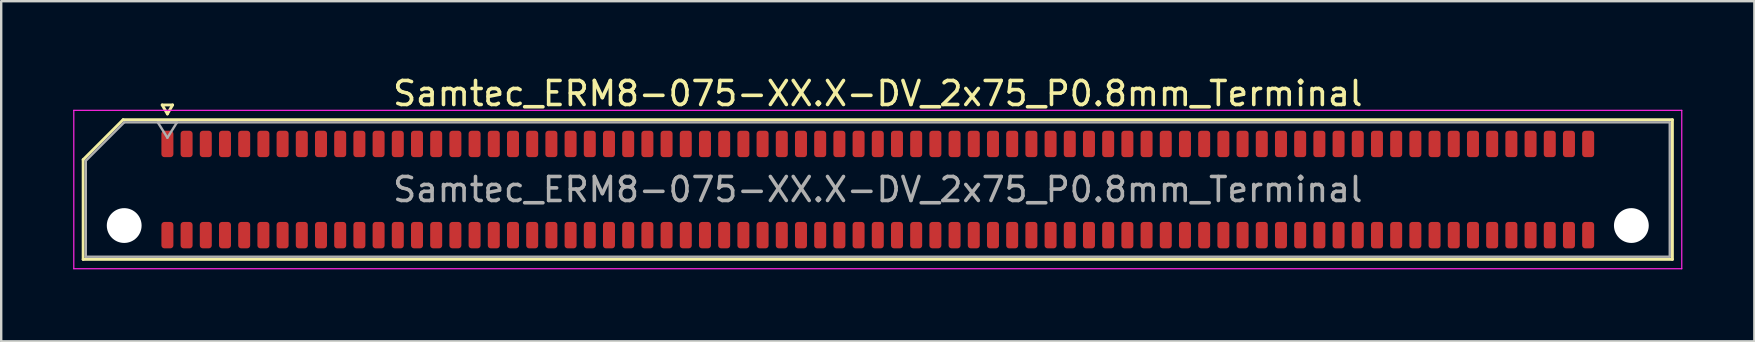
<source format=kicad_pcb>
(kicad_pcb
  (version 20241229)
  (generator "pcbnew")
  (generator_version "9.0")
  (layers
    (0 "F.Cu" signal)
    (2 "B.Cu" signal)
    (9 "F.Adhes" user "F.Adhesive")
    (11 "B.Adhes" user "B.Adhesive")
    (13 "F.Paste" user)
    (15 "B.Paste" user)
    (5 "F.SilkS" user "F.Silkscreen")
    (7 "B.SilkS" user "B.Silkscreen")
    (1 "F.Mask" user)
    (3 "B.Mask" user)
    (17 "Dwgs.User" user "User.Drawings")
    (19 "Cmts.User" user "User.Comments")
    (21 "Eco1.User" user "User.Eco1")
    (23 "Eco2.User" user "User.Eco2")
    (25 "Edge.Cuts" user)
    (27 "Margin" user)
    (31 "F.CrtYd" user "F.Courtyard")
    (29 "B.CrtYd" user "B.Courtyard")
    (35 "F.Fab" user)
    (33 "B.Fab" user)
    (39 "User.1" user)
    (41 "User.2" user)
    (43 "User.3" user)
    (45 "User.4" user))
  (footprint "Samtec_ERM8-075-XX.X-DV_2x75_P0.8mm_Terminal"
    (layer "F.Cu")
    (at 33.525 4.848)
    (property "Reference" "Samtec_ERM8-075-XX.X-DV_2x75_P0.8mm_Terminal" (at 0 -4 0) (layer "F.SilkS") (effects (font (size 1 1) (thickness 0.15))))
    (attr smd)
    (fp_line (start -33.11 -1.246) (end -31.446 -2.91) (stroke (width 0.12) (type solid)) (layer "F.SilkS"))
    (fp_line (start -33.11 2.91) (end -33.11 -1.246) (stroke (width 0.12) (type solid)) (layer "F.SilkS"))
    (fp_line (start -31.446 -2.91) (end 33.11 -2.91) (stroke (width 0.12) (type solid)) (layer "F.SilkS"))
    (fp_line (start -29.817 -3.525) (end -29.6 -3.15) (stroke (width 0.12) (type solid)) (layer "F.SilkS"))
    (fp_line (start -29.6 -3.15) (end -29.383 -3.525) (stroke (width 0.12) (type solid)) (layer "F.SilkS"))
    (fp_line (start -29.383 -3.525) (end -29.817 -3.525) (stroke (width 0.12) (type solid)) (layer "F.SilkS"))
    (fp_line (start 33.11 -2.91) (end 33.11 2.91) (stroke (width 0.12) (type solid)) (layer "F.SilkS"))
    (fp_line (start 33.11 2.91) (end -33.11 2.91) (stroke (width 0.12) (type solid)) (layer "F.SilkS"))
    (fp_line (start -33.5 -3.3) (end -33.5 3.3) (stroke (width 0.05) (type solid)) (layer "F.CrtYd"))
    (fp_line (start -33.5 3.3) (end 33.5 3.3) (stroke (width 0.05) (type solid)) (layer "F.CrtYd"))
    (fp_line (start 33.5 -3.3) (end -33.5 -3.3) (stroke (width 0.05) (type solid)) (layer "F.CrtYd"))
    (fp_line (start 33.5 3.3) (end 33.5 -3.3) (stroke (width 0.05) (type solid)) (layer "F.CrtYd"))
    (fp_line (start -33 -1.2) (end -31.4 -2.8) (stroke (width 0.1) (type solid)) (layer "F.Fab"))
    (fp_line (start -33 2.8) (end -33 -1.2) (stroke (width 0.1) (type solid)) (layer "F.Fab"))
    (fp_line (start -31.4 -2.8) (end 33 -2.8) (stroke (width 0.1) (type solid)) (layer "F.Fab"))
    (fp_line (start -30 -2.8) (end -29.6 -2.16) (stroke (width 0.1) (type solid)) (layer "F.Fab"))
    (fp_line (start -29.6 -2.16) (end -29.2 -2.8) (stroke (width 0.1) (type solid)) (layer "F.Fab"))
    (fp_line (start -29.2 -2.8) (end -30 -2.8) (stroke (width 0.1) (type solid)) (layer "F.Fab"))
    (fp_line (start 33 -2.8) (end 33 2.8) (stroke (width 0.1) (type solid)) (layer "F.Fab"))
    (fp_line (start 33 2.8) (end -33 2.8) (stroke (width 0.1) (type solid)) (layer "F.Fab"))
    (fp_text user "${REFERENCE}" (at 0 0 0) (layer "F.Fab") (effects (font (size 1 1) (thickness 0.15))))
    (pad "" np_thru_hole circle (at -31.4 1.5) (size 1.45 1.45) (drill 1.45) (layers "*.Cu" "*.Mask"))
    (pad "" np_thru_hole circle (at 31.4 1.5) (size 1.45 1.45) (drill 1.45) (layers "*.Cu" "*.Mask"))
    (pad "1" smd roundrect (at -29.6 -1.9) (size 0.5 1.1) (layers "F.Cu" "F.Mask" "F.Paste") (roundrect_rratio 0.25))
    (pad "2" smd roundrect (at -29.6 1.9) (size 0.5 1.1) (layers "F.Cu" "F.Mask" "F.Paste") (roundrect_rratio 0.25))
    (pad "3" smd roundrect (at -28.8 -1.9) (size 0.5 1.1) (layers "F.Cu" "F.Mask" "F.Paste") (roundrect_rratio 0.25))
    (pad "4" smd roundrect (at -28.8 1.9) (size 0.5 1.1) (layers "F.Cu" "F.Mask" "F.Paste") (roundrect_rratio 0.25))
    (pad "5" smd roundrect (at -28 -1.9) (size 0.5 1.1) (layers "F.Cu" "F.Mask" "F.Paste") (roundrect_rratio 0.25))
    (pad "6" smd roundrect (at -28 1.9) (size 0.5 1.1) (layers "F.Cu" "F.Mask" "F.Paste") (roundrect_rratio 0.25))
    (pad "7" smd roundrect (at -27.2 -1.9) (size 0.5 1.1) (layers "F.Cu" "F.Mask" "F.Paste") (roundrect_rratio 0.25))
    (pad "8" smd roundrect (at -27.2 1.9) (size 0.5 1.1) (layers "F.Cu" "F.Mask" "F.Paste") (roundrect_rratio 0.25))
    (pad "9" smd roundrect (at -26.4 -1.9) (size 0.5 1.1) (layers "F.Cu" "F.Mask" "F.Paste") (roundrect_rratio 0.25))
    (pad "10" smd roundrect (at -26.4 1.9) (size 0.5 1.1) (layers "F.Cu" "F.Mask" "F.Paste") (roundrect_rratio 0.25))
    (pad "11" smd roundrect (at -25.6 -1.9) (size 0.5 1.1) (layers "F.Cu" "F.Mask" "F.Paste") (roundrect_rratio 0.25))
    (pad "12" smd roundrect (at -25.6 1.9) (size 0.5 1.1) (layers "F.Cu" "F.Mask" "F.Paste") (roundrect_rratio 0.25))
    (pad "13" smd roundrect (at -24.8 -1.9) (size 0.5 1.1) (layers "F.Cu" "F.Mask" "F.Paste") (roundrect_rratio 0.25))
    (pad "14" smd roundrect (at -24.8 1.9) (size 0.5 1.1) (layers "F.Cu" "F.Mask" "F.Paste") (roundrect_rratio 0.25))
    (pad "15" smd roundrect (at -24 -1.9) (size 0.5 1.1) (layers "F.Cu" "F.Mask" "F.Paste") (roundrect_rratio 0.25))
    (pad "16" smd roundrect (at -24 1.9) (size 0.5 1.1) (layers "F.Cu" "F.Mask" "F.Paste") (roundrect_rratio 0.25))
    (pad "17" smd roundrect (at -23.2 -1.9) (size 0.5 1.1) (layers "F.Cu" "F.Mask" "F.Paste") (roundrect_rratio 0.25))
    (pad "18" smd roundrect (at -23.2 1.9) (size 0.5 1.1) (layers "F.Cu" "F.Mask" "F.Paste") (roundrect_rratio 0.25))
    (pad "19" smd roundrect (at -22.4 -1.9) (size 0.5 1.1) (layers "F.Cu" "F.Mask" "F.Paste") (roundrect_rratio 0.25))
    (pad "20" smd roundrect (at -22.4 1.9) (size 0.5 1.1) (layers "F.Cu" "F.Mask" "F.Paste") (roundrect_rratio 0.25))
    (pad "21" smd roundrect (at -21.6 -1.9) (size 0.5 1.1) (layers "F.Cu" "F.Mask" "F.Paste") (roundrect_rratio 0.25))
    (pad "22" smd roundrect (at -21.6 1.9) (size 0.5 1.1) (layers "F.Cu" "F.Mask" "F.Paste") (roundrect_rratio 0.25))
    (pad "23" smd roundrect (at -20.8 -1.9) (size 0.5 1.1) (layers "F.Cu" "F.Mask" "F.Paste") (roundrect_rratio 0.25))
    (pad "24" smd roundrect (at -20.8 1.9) (size 0.5 1.1) (layers "F.Cu" "F.Mask" "F.Paste") (roundrect_rratio 0.25))
    (pad "25" smd roundrect (at -20 -1.9) (size 0.5 1.1) (layers "F.Cu" "F.Mask" "F.Paste") (roundrect_rratio 0.25))
    (pad "26" smd roundrect (at -20 1.9) (size 0.5 1.1) (layers "F.Cu" "F.Mask" "F.Paste") (roundrect_rratio 0.25))
    (pad "27" smd roundrect (at -19.2 -1.9) (size 0.5 1.1) (layers "F.Cu" "F.Mask" "F.Paste") (roundrect_rratio 0.25))
    (pad "28" smd roundrect (at -19.2 1.9) (size 0.5 1.1) (layers "F.Cu" "F.Mask" "F.Paste") (roundrect_rratio 0.25))
    (pad "29" smd roundrect (at -18.4 -1.9) (size 0.5 1.1) (layers "F.Cu" "F.Mask" "F.Paste") (roundrect_rratio 0.25))
    (pad "30" smd roundrect (at -18.4 1.9) (size 0.5 1.1) (layers "F.Cu" "F.Mask" "F.Paste") (roundrect_rratio 0.25))
    (pad "31" smd roundrect (at -17.6 -1.9) (size 0.5 1.1) (layers "F.Cu" "F.Mask" "F.Paste") (roundrect_rratio 0.25))
    (pad "32" smd roundrect (at -17.6 1.9) (size 0.5 1.1) (layers "F.Cu" "F.Mask" "F.Paste") (roundrect_rratio 0.25))
    (pad "33" smd roundrect (at -16.8 -1.9) (size 0.5 1.1) (layers "F.Cu" "F.Mask" "F.Paste") (roundrect_rratio 0.25))
    (pad "34" smd roundrect (at -16.8 1.9) (size 0.5 1.1) (layers "F.Cu" "F.Mask" "F.Paste") (roundrect_rratio 0.25))
    (pad "35" smd roundrect (at -16 -1.9) (size 0.5 1.1) (layers "F.Cu" "F.Mask" "F.Paste") (roundrect_rratio 0.25))
    (pad "36" smd roundrect (at -16 1.9) (size 0.5 1.1) (layers "F.Cu" "F.Mask" "F.Paste") (roundrect_rratio 0.25))
    (pad "37" smd roundrect (at -15.2 -1.9) (size 0.5 1.1) (layers "F.Cu" "F.Mask" "F.Paste") (roundrect_rratio 0.25))
    (pad "38" smd roundrect (at -15.2 1.9) (size 0.5 1.1) (layers "F.Cu" "F.Mask" "F.Paste") (roundrect_rratio 0.25))
    (pad "39" smd roundrect (at -14.4 -1.9) (size 0.5 1.1) (layers "F.Cu" "F.Mask" "F.Paste") (roundrect_rratio 0.25))
    (pad "40" smd roundrect (at -14.4 1.9) (size 0.5 1.1) (layers "F.Cu" "F.Mask" "F.Paste") (roundrect_rratio 0.25))
    (pad "41" smd roundrect (at -13.6 -1.9) (size 0.5 1.1) (layers "F.Cu" "F.Mask" "F.Paste") (roundrect_rratio 0.25))
    (pad "42" smd roundrect (at -13.6 1.9) (size 0.5 1.1) (layers "F.Cu" "F.Mask" "F.Paste") (roundrect_rratio 0.25))
    (pad "43" smd roundrect (at -12.8 -1.9) (size 0.5 1.1) (layers "F.Cu" "F.Mask" "F.Paste") (roundrect_rratio 0.25))
    (pad "44" smd roundrect (at -12.8 1.9) (size 0.5 1.1) (layers "F.Cu" "F.Mask" "F.Paste") (roundrect_rratio 0.25))
    (pad "45" smd roundrect (at -12 -1.9) (size 0.5 1.1) (layers "F.Cu" "F.Mask" "F.Paste") (roundrect_rratio 0.25))
    (pad "46" smd roundrect (at -12 1.9) (size 0.5 1.1) (layers "F.Cu" "F.Mask" "F.Paste") (roundrect_rratio 0.25))
    (pad "47" smd roundrect (at -11.2 -1.9) (size 0.5 1.1) (layers "F.Cu" "F.Mask" "F.Paste") (roundrect_rratio 0.25))
    (pad "48" smd roundrect (at -11.2 1.9) (size 0.5 1.1) (layers "F.Cu" "F.Mask" "F.Paste") (roundrect_rratio 0.25))
    (pad "49" smd roundrect (at -10.4 -1.9) (size 0.5 1.1) (layers "F.Cu" "F.Mask" "F.Paste") (roundrect_rratio 0.25))
    (pad "50" smd roundrect (at -10.4 1.9) (size 0.5 1.1) (layers "F.Cu" "F.Mask" "F.Paste") (roundrect_rratio 0.25))
    (pad "51" smd roundrect (at -9.6 -1.9) (size 0.5 1.1) (layers "F.Cu" "F.Mask" "F.Paste") (roundrect_rratio 0.25))
    (pad "52" smd roundrect (at -9.6 1.9) (size 0.5 1.1) (layers "F.Cu" "F.Mask" "F.Paste") (roundrect_rratio 0.25))
    (pad "53" smd roundrect (at -8.8 -1.9) (size 0.5 1.1) (layers "F.Cu" "F.Mask" "F.Paste") (roundrect_rratio 0.25))
    (pad "54" smd roundrect (at -8.8 1.9) (size 0.5 1.1) (layers "F.Cu" "F.Mask" "F.Paste") (roundrect_rratio 0.25))
    (pad "55" smd roundrect (at -8 -1.9) (size 0.5 1.1) (layers "F.Cu" "F.Mask" "F.Paste") (roundrect_rratio 0.25))
    (pad "56" smd roundrect (at -8 1.9) (size 0.5 1.1) (layers "F.Cu" "F.Mask" "F.Paste") (roundrect_rratio 0.25))
    (pad "57" smd roundrect (at -7.2 -1.9) (size 0.5 1.1) (layers "F.Cu" "F.Mask" "F.Paste") (roundrect_rratio 0.25))
    (pad "58" smd roundrect (at -7.2 1.9) (size 0.5 1.1) (layers "F.Cu" "F.Mask" "F.Paste") (roundrect_rratio 0.25))
    (pad "59" smd roundrect (at -6.4 -1.9) (size 0.5 1.1) (layers "F.Cu" "F.Mask" "F.Paste") (roundrect_rratio 0.25))
    (pad "60" smd roundrect (at -6.4 1.9) (size 0.5 1.1) (layers "F.Cu" "F.Mask" "F.Paste") (roundrect_rratio 0.25))
    (pad "61" smd roundrect (at -5.6 -1.9) (size 0.5 1.1) (layers "F.Cu" "F.Mask" "F.Paste") (roundrect_rratio 0.25))
    (pad "62" smd roundrect (at -5.6 1.9) (size 0.5 1.1) (layers "F.Cu" "F.Mask" "F.Paste") (roundrect_rratio 0.25))
    (pad "63" smd roundrect (at -4.8 -1.9) (size 0.5 1.1) (layers "F.Cu" "F.Mask" "F.Paste") (roundrect_rratio 0.25))
    (pad "64" smd roundrect (at -4.8 1.9) (size 0.5 1.1) (layers "F.Cu" "F.Mask" "F.Paste") (roundrect_rratio 0.25))
    (pad "65" smd roundrect (at -4 -1.9) (size 0.5 1.1) (layers "F.Cu" "F.Mask" "F.Paste") (roundrect_rratio 0.25))
    (pad "66" smd roundrect (at -4 1.9) (size 0.5 1.1) (layers "F.Cu" "F.Mask" "F.Paste") (roundrect_rratio 0.25))
    (pad "67" smd roundrect (at -3.2 -1.9) (size 0.5 1.1) (layers "F.Cu" "F.Mask" "F.Paste") (roundrect_rratio 0.25))
    (pad "68" smd roundrect (at -3.2 1.9) (size 0.5 1.1) (layers "F.Cu" "F.Mask" "F.Paste") (roundrect_rratio 0.25))
    (pad "69" smd roundrect (at -2.4 -1.9) (size 0.5 1.1) (layers "F.Cu" "F.Mask" "F.Paste") (roundrect_rratio 0.25))
    (pad "70" smd roundrect (at -2.4 1.9) (size 0.5 1.1) (layers "F.Cu" "F.Mask" "F.Paste") (roundrect_rratio 0.25))
    (pad "71" smd roundrect (at -1.6 -1.9) (size 0.5 1.1) (layers "F.Cu" "F.Mask" "F.Paste") (roundrect_rratio 0.25))
    (pad "72" smd roundrect (at -1.6 1.9) (size 0.5 1.1) (layers "F.Cu" "F.Mask" "F.Paste") (roundrect_rratio 0.25))
    (pad "73" smd roundrect (at -0.8 -1.9) (size 0.5 1.1) (layers "F.Cu" "F.Mask" "F.Paste") (roundrect_rratio 0.25))
    (pad "74" smd roundrect (at -0.8 1.9) (size 0.5 1.1) (layers "F.Cu" "F.Mask" "F.Paste") (roundrect_rratio 0.25))
    (pad "75" smd roundrect (at 0 -1.9) (size 0.5 1.1) (layers "F.Cu" "F.Mask" "F.Paste") (roundrect_rratio 0.25))
    (pad "76" smd roundrect (at 0 1.9) (size 0.5 1.1) (layers "F.Cu" "F.Mask" "F.Paste") (roundrect_rratio 0.25))
    (pad "77" smd roundrect (at 0.8 -1.9) (size 0.5 1.1) (layers "F.Cu" "F.Mask" "F.Paste") (roundrect_rratio 0.25))
    (pad "78" smd roundrect (at 0.8 1.9) (size 0.5 1.1) (layers "F.Cu" "F.Mask" "F.Paste") (roundrect_rratio 0.25))
    (pad "79" smd roundrect (at 1.6 -1.9) (size 0.5 1.1) (layers "F.Cu" "F.Mask" "F.Paste") (roundrect_rratio 0.25))
    (pad "80" smd roundrect (at 1.6 1.9) (size 0.5 1.1) (layers "F.Cu" "F.Mask" "F.Paste") (roundrect_rratio 0.25))
    (pad "81" smd roundrect (at 2.4 -1.9) (size 0.5 1.1) (layers "F.Cu" "F.Mask" "F.Paste") (roundrect_rratio 0.25))
    (pad "82" smd roundrect (at 2.4 1.9) (size 0.5 1.1) (layers "F.Cu" "F.Mask" "F.Paste") (roundrect_rratio 0.25))
    (pad "83" smd roundrect (at 3.2 -1.9) (size 0.5 1.1) (layers "F.Cu" "F.Mask" "F.Paste") (roundrect_rratio 0.25))
    (pad "84" smd roundrect (at 3.2 1.9) (size 0.5 1.1) (layers "F.Cu" "F.Mask" "F.Paste") (roundrect_rratio 0.25))
    (pad "85" smd roundrect (at 4 -1.9) (size 0.5 1.1) (layers "F.Cu" "F.Mask" "F.Paste") (roundrect_rratio 0.25))
    (pad "86" smd roundrect (at 4 1.9) (size 0.5 1.1) (layers "F.Cu" "F.Mask" "F.Paste") (roundrect_rratio 0.25))
    (pad "87" smd roundrect (at 4.8 -1.9) (size 0.5 1.1) (layers "F.Cu" "F.Mask" "F.Paste") (roundrect_rratio 0.25))
    (pad "88" smd roundrect (at 4.8 1.9) (size 0.5 1.1) (layers "F.Cu" "F.Mask" "F.Paste") (roundrect_rratio 0.25))
    (pad "89" smd roundrect (at 5.6 -1.9) (size 0.5 1.1) (layers "F.Cu" "F.Mask" "F.Paste") (roundrect_rratio 0.25))
    (pad "90" smd roundrect (at 5.6 1.9) (size 0.5 1.1) (layers "F.Cu" "F.Mask" "F.Paste") (roundrect_rratio 0.25))
    (pad "91" smd roundrect (at 6.4 -1.9) (size 0.5 1.1) (layers "F.Cu" "F.Mask" "F.Paste") (roundrect_rratio 0.25))
    (pad "92" smd roundrect (at 6.4 1.9) (size 0.5 1.1) (layers "F.Cu" "F.Mask" "F.Paste") (roundrect_rratio 0.25))
    (pad "93" smd roundrect (at 7.2 -1.9) (size 0.5 1.1) (layers "F.Cu" "F.Mask" "F.Paste") (roundrect_rratio 0.25))
    (pad "94" smd roundrect (at 7.2 1.9) (size 0.5 1.1) (layers "F.Cu" "F.Mask" "F.Paste") (roundrect_rratio 0.25))
    (pad "95" smd roundrect (at 8 -1.9) (size 0.5 1.1) (layers "F.Cu" "F.Mask" "F.Paste") (roundrect_rratio 0.25))
    (pad "96" smd roundrect (at 8 1.9) (size 0.5 1.1) (layers "F.Cu" "F.Mask" "F.Paste") (roundrect_rratio 0.25))
    (pad "97" smd roundrect (at 8.8 -1.9) (size 0.5 1.1) (layers "F.Cu" "F.Mask" "F.Paste") (roundrect_rratio 0.25))
    (pad "98" smd roundrect (at 8.8 1.9) (size 0.5 1.1) (layers "F.Cu" "F.Mask" "F.Paste") (roundrect_rratio 0.25))
    (pad "99" smd roundrect (at 9.6 -1.9) (size 0.5 1.1) (layers "F.Cu" "F.Mask" "F.Paste") (roundrect_rratio 0.25))
    (pad "100" smd roundrect (at 9.6 1.9) (size 0.5 1.1) (layers "F.Cu" "F.Mask" "F.Paste") (roundrect_rratio 0.25))
    (pad "101" smd roundrect (at 10.4 -1.9) (size 0.5 1.1) (layers "F.Cu" "F.Mask" "F.Paste") (roundrect_rratio 0.25))
    (pad "102" smd roundrect (at 10.4 1.9) (size 0.5 1.1) (layers "F.Cu" "F.Mask" "F.Paste") (roundrect_rratio 0.25))
    (pad "103" smd roundrect (at 11.2 -1.9) (size 0.5 1.1) (layers "F.Cu" "F.Mask" "F.Paste") (roundrect_rratio 0.25))
    (pad "104" smd roundrect (at 11.2 1.9) (size 0.5 1.1) (layers "F.Cu" "F.Mask" "F.Paste") (roundrect_rratio 0.25))
    (pad "105" smd roundrect (at 12 -1.9) (size 0.5 1.1) (layers "F.Cu" "F.Mask" "F.Paste") (roundrect_rratio 0.25))
    (pad "106" smd roundrect (at 12 1.9) (size 0.5 1.1) (layers "F.Cu" "F.Mask" "F.Paste") (roundrect_rratio 0.25))
    (pad "107" smd roundrect (at 12.8 -1.9) (size 0.5 1.1) (layers "F.Cu" "F.Mask" "F.Paste") (roundrect_rratio 0.25))
    (pad "108" smd roundrect (at 12.8 1.9) (size 0.5 1.1) (layers "F.Cu" "F.Mask" "F.Paste") (roundrect_rratio 0.25))
    (pad "109" smd roundrect (at 13.6 -1.9) (size 0.5 1.1) (layers "F.Cu" "F.Mask" "F.Paste") (roundrect_rratio 0.25))
    (pad "110" smd roundrect (at 13.6 1.9) (size 0.5 1.1) (layers "F.Cu" "F.Mask" "F.Paste") (roundrect_rratio 0.25))
    (pad "111" smd roundrect (at 14.4 -1.9) (size 0.5 1.1) (layers "F.Cu" "F.Mask" "F.Paste") (roundrect_rratio 0.25))
    (pad "112" smd roundrect (at 14.4 1.9) (size 0.5 1.1) (layers "F.Cu" "F.Mask" "F.Paste") (roundrect_rratio 0.25))
    (pad "113" smd roundrect (at 15.2 -1.9) (size 0.5 1.1) (layers "F.Cu" "F.Mask" "F.Paste") (roundrect_rratio 0.25))
    (pad "114" smd roundrect (at 15.2 1.9) (size 0.5 1.1) (layers "F.Cu" "F.Mask" "F.Paste") (roundrect_rratio 0.25))
    (pad "115" smd roundrect (at 16 -1.9) (size 0.5 1.1) (layers "F.Cu" "F.Mask" "F.Paste") (roundrect_rratio 0.25))
    (pad "116" smd roundrect (at 16 1.9) (size 0.5 1.1) (layers "F.Cu" "F.Mask" "F.Paste") (roundrect_rratio 0.25))
    (pad "117" smd roundrect (at 16.8 -1.9) (size 0.5 1.1) (layers "F.Cu" "F.Mask" "F.Paste") (roundrect_rratio 0.25))
    (pad "118" smd roundrect (at 16.8 1.9) (size 0.5 1.1) (layers "F.Cu" "F.Mask" "F.Paste") (roundrect_rratio 0.25))
    (pad "119" smd roundrect (at 17.6 -1.9) (size 0.5 1.1) (layers "F.Cu" "F.Mask" "F.Paste") (roundrect_rratio 0.25))
    (pad "120" smd roundrect (at 17.6 1.9) (size 0.5 1.1) (layers "F.Cu" "F.Mask" "F.Paste") (roundrect_rratio 0.25))
    (pad "121" smd roundrect (at 18.4 -1.9) (size 0.5 1.1) (layers "F.Cu" "F.Mask" "F.Paste") (roundrect_rratio 0.25))
    (pad "122" smd roundrect (at 18.4 1.9) (size 0.5 1.1) (layers "F.Cu" "F.Mask" "F.Paste") (roundrect_rratio 0.25))
    (pad "123" smd roundrect (at 19.2 -1.9) (size 0.5 1.1) (layers "F.Cu" "F.Mask" "F.Paste") (roundrect_rratio 0.25))
    (pad "124" smd roundrect (at 19.2 1.9) (size 0.5 1.1) (layers "F.Cu" "F.Mask" "F.Paste") (roundrect_rratio 0.25))
    (pad "125" smd roundrect (at 20 -1.9) (size 0.5 1.1) (layers "F.Cu" "F.Mask" "F.Paste") (roundrect_rratio 0.25))
    (pad "126" smd roundrect (at 20 1.9) (size 0.5 1.1) (layers "F.Cu" "F.Mask" "F.Paste") (roundrect_rratio 0.25))
    (pad "127" smd roundrect (at 20.8 -1.9) (size 0.5 1.1) (layers "F.Cu" "F.Mask" "F.Paste") (roundrect_rratio 0.25))
    (pad "128" smd roundrect (at 20.8 1.9) (size 0.5 1.1) (layers "F.Cu" "F.Mask" "F.Paste") (roundrect_rratio 0.25))
    (pad "129" smd roundrect (at 21.6 -1.9) (size 0.5 1.1) (layers "F.Cu" "F.Mask" "F.Paste") (roundrect_rratio 0.25))
    (pad "130" smd roundrect (at 21.6 1.9) (size 0.5 1.1) (layers "F.Cu" "F.Mask" "F.Paste") (roundrect_rratio 0.25))
    (pad "131" smd roundrect (at 22.4 -1.9) (size 0.5 1.1) (layers "F.Cu" "F.Mask" "F.Paste") (roundrect_rratio 0.25))
    (pad "132" smd roundrect (at 22.4 1.9) (size 0.5 1.1) (layers "F.Cu" "F.Mask" "F.Paste") (roundrect_rratio 0.25))
    (pad "133" smd roundrect (at 23.2 -1.9) (size 0.5 1.1) (layers "F.Cu" "F.Mask" "F.Paste") (roundrect_rratio 0.25))
    (pad "134" smd roundrect (at 23.2 1.9) (size 0.5 1.1) (layers "F.Cu" "F.Mask" "F.Paste") (roundrect_rratio 0.25))
    (pad "135" smd roundrect (at 24 -1.9) (size 0.5 1.1) (layers "F.Cu" "F.Mask" "F.Paste") (roundrect_rratio 0.25))
    (pad "136" smd roundrect (at 24 1.9) (size 0.5 1.1) (layers "F.Cu" "F.Mask" "F.Paste") (roundrect_rratio 0.25))
    (pad "137" smd roundrect (at 24.8 -1.9) (size 0.5 1.1) (layers "F.Cu" "F.Mask" "F.Paste") (roundrect_rratio 0.25))
    (pad "138" smd roundrect (at 24.8 1.9) (size 0.5 1.1) (layers "F.Cu" "F.Mask" "F.Paste") (roundrect_rratio 0.25))
    (pad "139" smd roundrect (at 25.6 -1.9) (size 0.5 1.1) (layers "F.Cu" "F.Mask" "F.Paste") (roundrect_rratio 0.25))
    (pad "140" smd roundrect (at 25.6 1.9) (size 0.5 1.1) (layers "F.Cu" "F.Mask" "F.Paste") (roundrect_rratio 0.25))
    (pad "141" smd roundrect (at 26.4 -1.9) (size 0.5 1.1) (layers "F.Cu" "F.Mask" "F.Paste") (roundrect_rratio 0.25))
    (pad "142" smd roundrect (at 26.4 1.9) (size 0.5 1.1) (layers "F.Cu" "F.Mask" "F.Paste") (roundrect_rratio 0.25))
    (pad "143" smd roundrect (at 27.2 -1.9) (size 0.5 1.1) (layers "F.Cu" "F.Mask" "F.Paste") (roundrect_rratio 0.25))
    (pad "144" smd roundrect (at 27.2 1.9) (size 0.5 1.1) (layers "F.Cu" "F.Mask" "F.Paste") (roundrect_rratio 0.25))
    (pad "145" smd roundrect (at 28 -1.9) (size 0.5 1.1) (layers "F.Cu" "F.Mask" "F.Paste") (roundrect_rratio 0.25))
    (pad "146" smd roundrect (at 28 1.9) (size 0.5 1.1) (layers "F.Cu" "F.Mask" "F.Paste") (roundrect_rratio 0.25))
    (pad "147" smd roundrect (at 28.8 -1.9) (size 0.5 1.1) (layers "F.Cu" "F.Mask" "F.Paste") (roundrect_rratio 0.25))
    (pad "148" smd roundrect (at 28.8 1.9) (size 0.5 1.1) (layers "F.Cu" "F.Mask" "F.Paste") (roundrect_rratio 0.25))
    (pad "149" smd roundrect (at 29.6 -1.9) (size 0.5 1.1) (layers "F.Cu" "F.Mask" "F.Paste") (roundrect_rratio 0.25))
    (pad "150" smd roundrect (at 29.6 1.9) (size 0.5 1.1) (layers "F.Cu" "F.Mask" "F.Paste") (roundrect_rratio 0.25)))
  (gr_rect
    (start -3 -3)
    (end 70.05 11.173)
    (stroke (width 0.1) (type default))
    (fill no)
    (layer "Edge.Cuts")))
</source>
